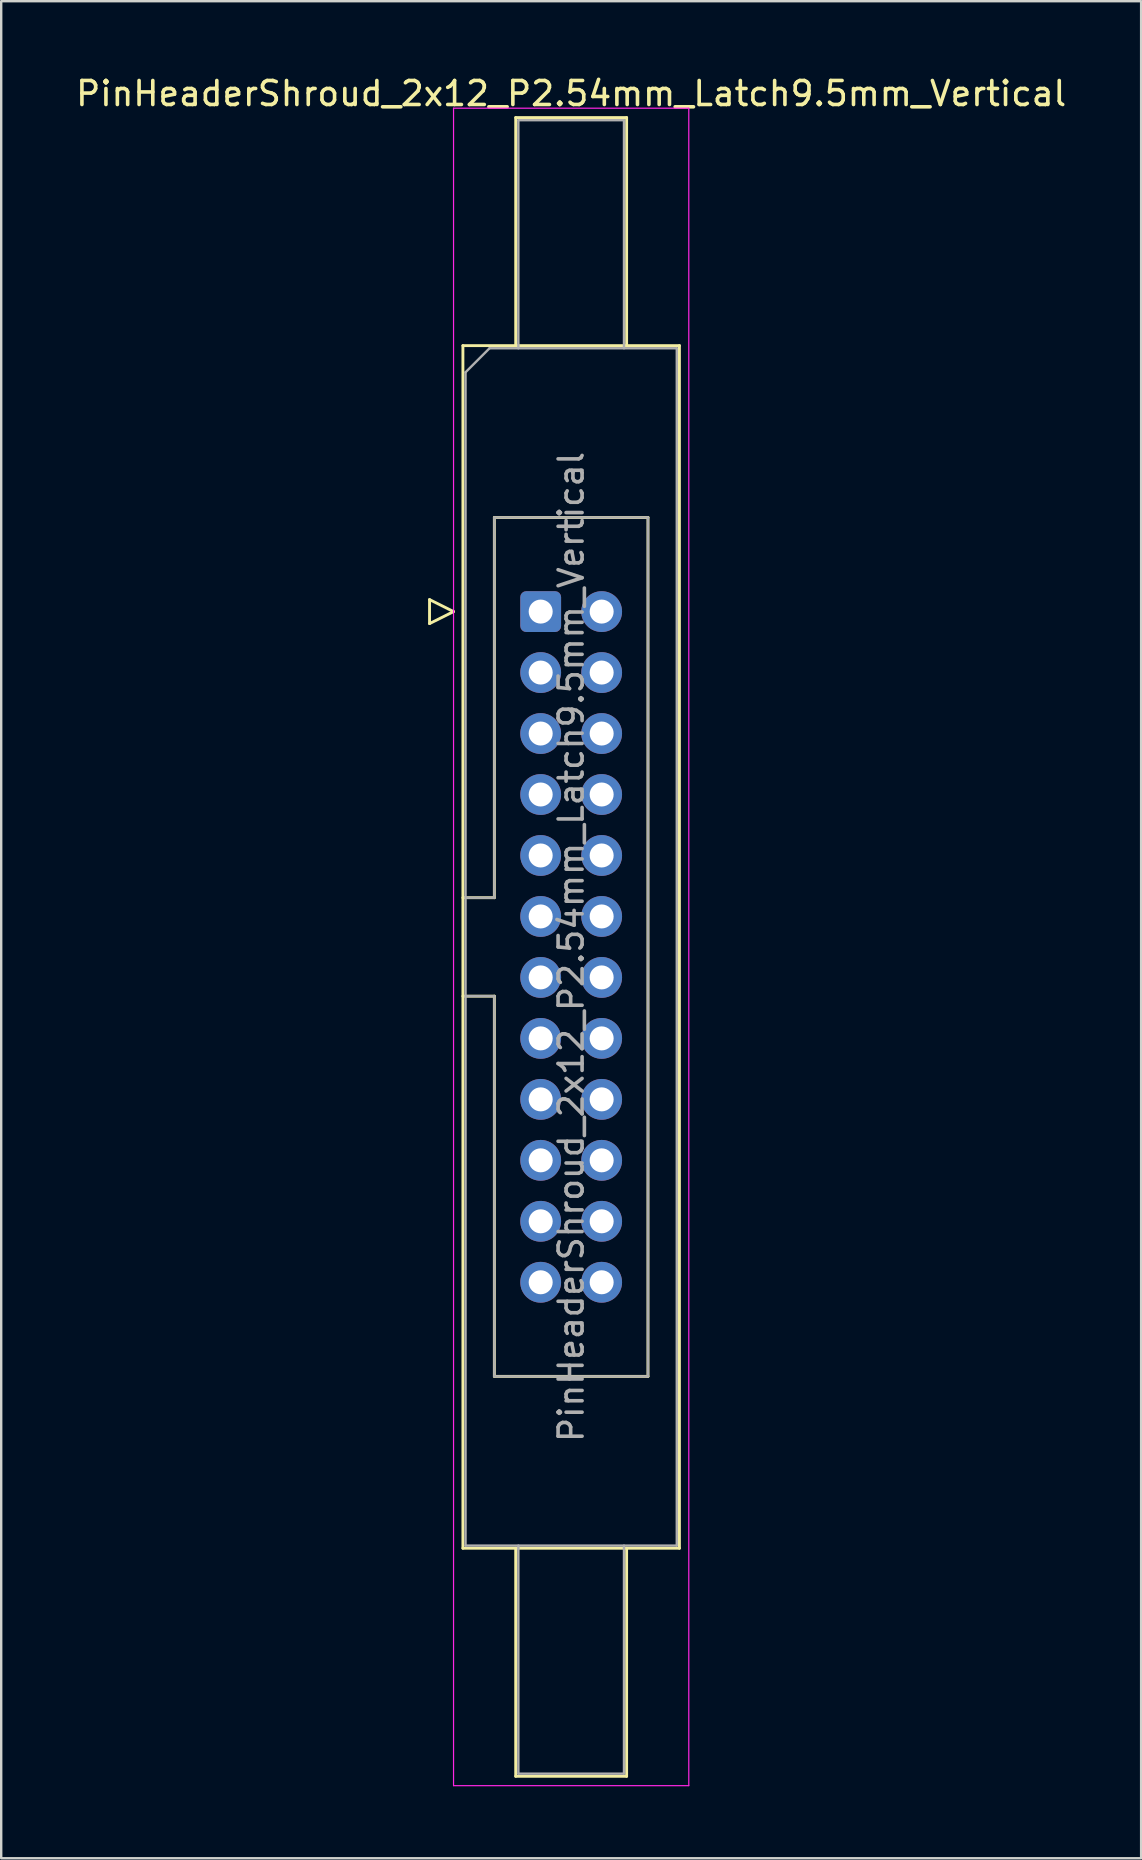
<source format=kicad_pcb>
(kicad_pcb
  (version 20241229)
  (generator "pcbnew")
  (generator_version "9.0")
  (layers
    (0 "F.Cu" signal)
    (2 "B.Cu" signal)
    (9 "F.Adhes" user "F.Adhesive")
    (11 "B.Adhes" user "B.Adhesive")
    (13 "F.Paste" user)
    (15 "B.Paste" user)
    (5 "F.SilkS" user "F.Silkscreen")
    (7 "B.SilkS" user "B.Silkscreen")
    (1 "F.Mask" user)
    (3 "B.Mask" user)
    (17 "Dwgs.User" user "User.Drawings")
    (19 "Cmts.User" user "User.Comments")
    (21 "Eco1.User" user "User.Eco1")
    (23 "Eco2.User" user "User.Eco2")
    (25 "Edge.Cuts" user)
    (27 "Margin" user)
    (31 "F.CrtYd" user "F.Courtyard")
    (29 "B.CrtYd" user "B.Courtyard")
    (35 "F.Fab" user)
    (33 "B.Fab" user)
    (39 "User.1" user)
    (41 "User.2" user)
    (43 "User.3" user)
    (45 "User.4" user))
  (footprint "PinHeaderShroud_2x12_P2.54mm_Latch9.5mm_Vertical"
    (layer "F.Cu")
    (at 19.474 22.428)
    (property "Reference" "PinHeaderShroud_2x12_P2.54mm_Latch9.5mm_Vertical" (at 1.27 -21.58 0) (layer "F.SilkS") (effects (font (size 1 1) (thickness 0.15))))
    (attr through_hole)
    (fp_line (start -4.63 -0.5) (end -4.63 0.5) (stroke (width 0.12) (type solid)) (layer "F.SilkS"))
    (fp_line (start -4.63 0.5) (end -3.63 0) (stroke (width 0.12) (type solid)) (layer "F.SilkS"))
    (fp_line (start -3.63 0) (end -4.63 -0.5) (stroke (width 0.12) (type solid)) (layer "F.SilkS"))
    (fp_line (start -3.24 -11.08) (end 5.78 -11.08) (stroke (width 0.12) (type solid)) (layer "F.SilkS"))
    (fp_line (start -3.24 11.92) (end -1.93 11.92) (stroke (width 0.12) (type solid)) (layer "F.SilkS"))
    (fp_line (start -3.24 16.02) (end -1.93 16.02) (stroke (width 0.12) (type solid)) (layer "F.SilkS"))
    (fp_line (start -3.24 39.02) (end -3.24 -11.08) (stroke (width 0.12) (type solid)) (layer "F.SilkS"))
    (fp_line (start -1.93 -3.92) (end 4.47 -3.92) (stroke (width 0.12) (type solid)) (layer "F.SilkS"))
    (fp_line (start -1.93 11.92) (end -1.93 -3.92) (stroke (width 0.12) (type solid)) (layer "F.SilkS"))
    (fp_line (start -1.93 31.86) (end -1.93 16.02) (stroke (width 0.12) (type solid)) (layer "F.SilkS"))
    (fp_line (start -1.04 -20.58) (end 3.58 -20.58) (stroke (width 0.12) (type solid)) (layer "F.SilkS"))
    (fp_line (start -1.04 -11.08) (end -1.04 -20.58) (stroke (width 0.12) (type solid)) (layer "F.SilkS"))
    (fp_line (start -1.04 39.02) (end -1.04 48.52) (stroke (width 0.12) (type solid)) (layer "F.SilkS"))
    (fp_line (start -1.04 48.52) (end 3.58 48.52) (stroke (width 0.12) (type solid)) (layer "F.SilkS"))
    (fp_line (start 3.58 -20.58) (end 3.58 -11.08) (stroke (width 0.12) (type solid)) (layer "F.SilkS"))
    (fp_line (start 3.58 48.52) (end 3.58 39.02) (stroke (width 0.12) (type solid)) (layer "F.SilkS"))
    (fp_line (start 4.47 -3.92) (end 4.47 31.86) (stroke (width 0.12) (type solid)) (layer "F.SilkS"))
    (fp_line (start 4.47 31.86) (end -1.93 31.86) (stroke (width 0.12) (type solid)) (layer "F.SilkS"))
    (fp_line (start 5.78 -11.08) (end 5.78 39.02) (stroke (width 0.12) (type solid)) (layer "F.SilkS"))
    (fp_line (start 5.78 39.02) (end -3.24 39.02) (stroke (width 0.12) (type solid)) (layer "F.SilkS"))
    (fp_line (start -3.63 -20.97) (end -3.63 48.91) (stroke (width 0.05) (type solid)) (layer "F.CrtYd"))
    (fp_line (start -3.63 48.91) (end 6.17 48.91) (stroke (width 0.05) (type solid)) (layer "F.CrtYd"))
    (fp_line (start 6.17 -20.97) (end -3.63 -20.97) (stroke (width 0.05) (type solid)) (layer "F.CrtYd"))
    (fp_line (start 6.17 48.91) (end 6.17 -20.97) (stroke (width 0.05) (type solid)) (layer "F.CrtYd"))
    (fp_line (start -3.13 -9.97) (end -2.13 -10.97) (stroke (width 0.1) (type solid)) (layer "F.Fab"))
    (fp_line (start -3.13 11.92) (end -1.93 11.92) (stroke (width 0.1) (type solid)) (layer "F.Fab"))
    (fp_line (start -3.13 16.02) (end -1.93 16.02) (stroke (width 0.1) (type solid)) (layer "F.Fab"))
    (fp_line (start -3.13 38.91) (end -3.13 -9.97) (stroke (width 0.1) (type solid)) (layer "F.Fab"))
    (fp_line (start -2.13 -10.97) (end 5.67 -10.97) (stroke (width 0.1) (type solid)) (layer "F.Fab"))
    (fp_line (start -1.93 -3.92) (end 4.47 -3.92) (stroke (width 0.1) (type solid)) (layer "F.Fab"))
    (fp_line (start -1.93 11.92) (end -1.93 -3.92) (stroke (width 0.1) (type solid)) (layer "F.Fab"))
    (fp_line (start -1.93 31.86) (end -1.93 16.02) (stroke (width 0.1) (type solid)) (layer "F.Fab"))
    (fp_line (start -0.93 -20.47) (end 3.47 -20.47) (stroke (width 0.1) (type solid)) (layer "F.Fab"))
    (fp_line (start -0.93 -10.97) (end -0.93 -20.47) (stroke (width 0.1) (type solid)) (layer "F.Fab"))
    (fp_line (start -0.93 38.91) (end -0.93 48.41) (stroke (width 0.1) (type solid)) (layer "F.Fab"))
    (fp_line (start -0.93 48.41) (end 3.47 48.41) (stroke (width 0.1) (type solid)) (layer "F.Fab"))
    (fp_line (start 3.47 -20.47) (end 3.47 -10.97) (stroke (width 0.1) (type solid)) (layer "F.Fab"))
    (fp_line (start 3.47 48.41) (end 3.47 38.91) (stroke (width 0.1) (type solid)) (layer "F.Fab"))
    (fp_line (start 4.47 -3.92) (end 4.47 31.86) (stroke (width 0.1) (type solid)) (layer "F.Fab"))
    (fp_line (start 4.47 31.86) (end -1.93 31.86) (stroke (width 0.1) (type solid)) (layer "F.Fab"))
    (fp_line (start 5.67 -10.97) (end 5.67 38.91) (stroke (width 0.1) (type solid)) (layer "F.Fab"))
    (fp_line (start 5.67 38.91) (end -3.13 38.91) (stroke (width 0.1) (type solid)) (layer "F.Fab"))
    (fp_text user "${REFERENCE}" (at 1.27 13.97 90) (layer "F.Fab") (effects (font (size 1 1) (thickness 0.15))))
    (pad "1" thru_hole roundrect (at 0 0) (size 1.7 1.7) (drill 1) (layers "*.Cu" "*.Mask") (roundrect_rratio 0.147))
    (pad "2" thru_hole circle (at 2.54 0) (size 1.7 1.7) (drill 1) (layers "*.Cu" "*.Mask"))
    (pad "3" thru_hole circle (at 0 2.54) (size 1.7 1.7) (drill 1) (layers "*.Cu" "*.Mask"))
    (pad "4" thru_hole circle (at 2.54 2.54) (size 1.7 1.7) (drill 1) (layers "*.Cu" "*.Mask"))
    (pad "5" thru_hole circle (at 0 5.08) (size 1.7 1.7) (drill 1) (layers "*.Cu" "*.Mask"))
    (pad "6" thru_hole circle (at 2.54 5.08) (size 1.7 1.7) (drill 1) (layers "*.Cu" "*.Mask"))
    (pad "7" thru_hole circle (at 0 7.62) (size 1.7 1.7) (drill 1) (layers "*.Cu" "*.Mask"))
    (pad "8" thru_hole circle (at 2.54 7.62) (size 1.7 1.7) (drill 1) (layers "*.Cu" "*.Mask"))
    (pad "9" thru_hole circle (at 0 10.16) (size 1.7 1.7) (drill 1) (layers "*.Cu" "*.Mask"))
    (pad "10" thru_hole circle (at 2.54 10.16) (size 1.7 1.7) (drill 1) (layers "*.Cu" "*.Mask"))
    (pad "11" thru_hole circle (at 0 12.7) (size 1.7 1.7) (drill 1) (layers "*.Cu" "*.Mask"))
    (pad "12" thru_hole circle (at 2.54 12.7) (size 1.7 1.7) (drill 1) (layers "*.Cu" "*.Mask"))
    (pad "13" thru_hole circle (at 0 15.24) (size 1.7 1.7) (drill 1) (layers "*.Cu" "*.Mask"))
    (pad "14" thru_hole circle (at 2.54 15.24) (size 1.7 1.7) (drill 1) (layers "*.Cu" "*.Mask"))
    (pad "15" thru_hole circle (at 0 17.78) (size 1.7 1.7) (drill 1) (layers "*.Cu" "*.Mask"))
    (pad "16" thru_hole circle (at 2.54 17.78) (size 1.7 1.7) (drill 1) (layers "*.Cu" "*.Mask"))
    (pad "17" thru_hole circle (at 0 20.32) (size 1.7 1.7) (drill 1) (layers "*.Cu" "*.Mask"))
    (pad "18" thru_hole circle (at 2.54 20.32) (size 1.7 1.7) (drill 1) (layers "*.Cu" "*.Mask"))
    (pad "19" thru_hole circle (at 0 22.86) (size 1.7 1.7) (drill 1) (layers "*.Cu" "*.Mask"))
    (pad "20" thru_hole circle (at 2.54 22.86) (size 1.7 1.7) (drill 1) (layers "*.Cu" "*.Mask"))
    (pad "21" thru_hole circle (at 0 25.4) (size 1.7 1.7) (drill 1) (layers "*.Cu" "*.Mask"))
    (pad "22" thru_hole circle (at 2.54 25.4) (size 1.7 1.7) (drill 1) (layers "*.Cu" "*.Mask"))
    (pad "23" thru_hole circle (at 0 27.94) (size 1.7 1.7) (drill 1) (layers "*.Cu" "*.Mask"))
    (pad "24" thru_hole circle (at 2.54 27.94) (size 1.7 1.7) (drill 1) (layers "*.Cu" "*.Mask")))
  (gr_rect
    (start -3 -3)
    (end 44.488 74.363)
    (stroke (width 0.1) (type default))
    (fill no)
    (layer "Edge.Cuts")))
</source>
